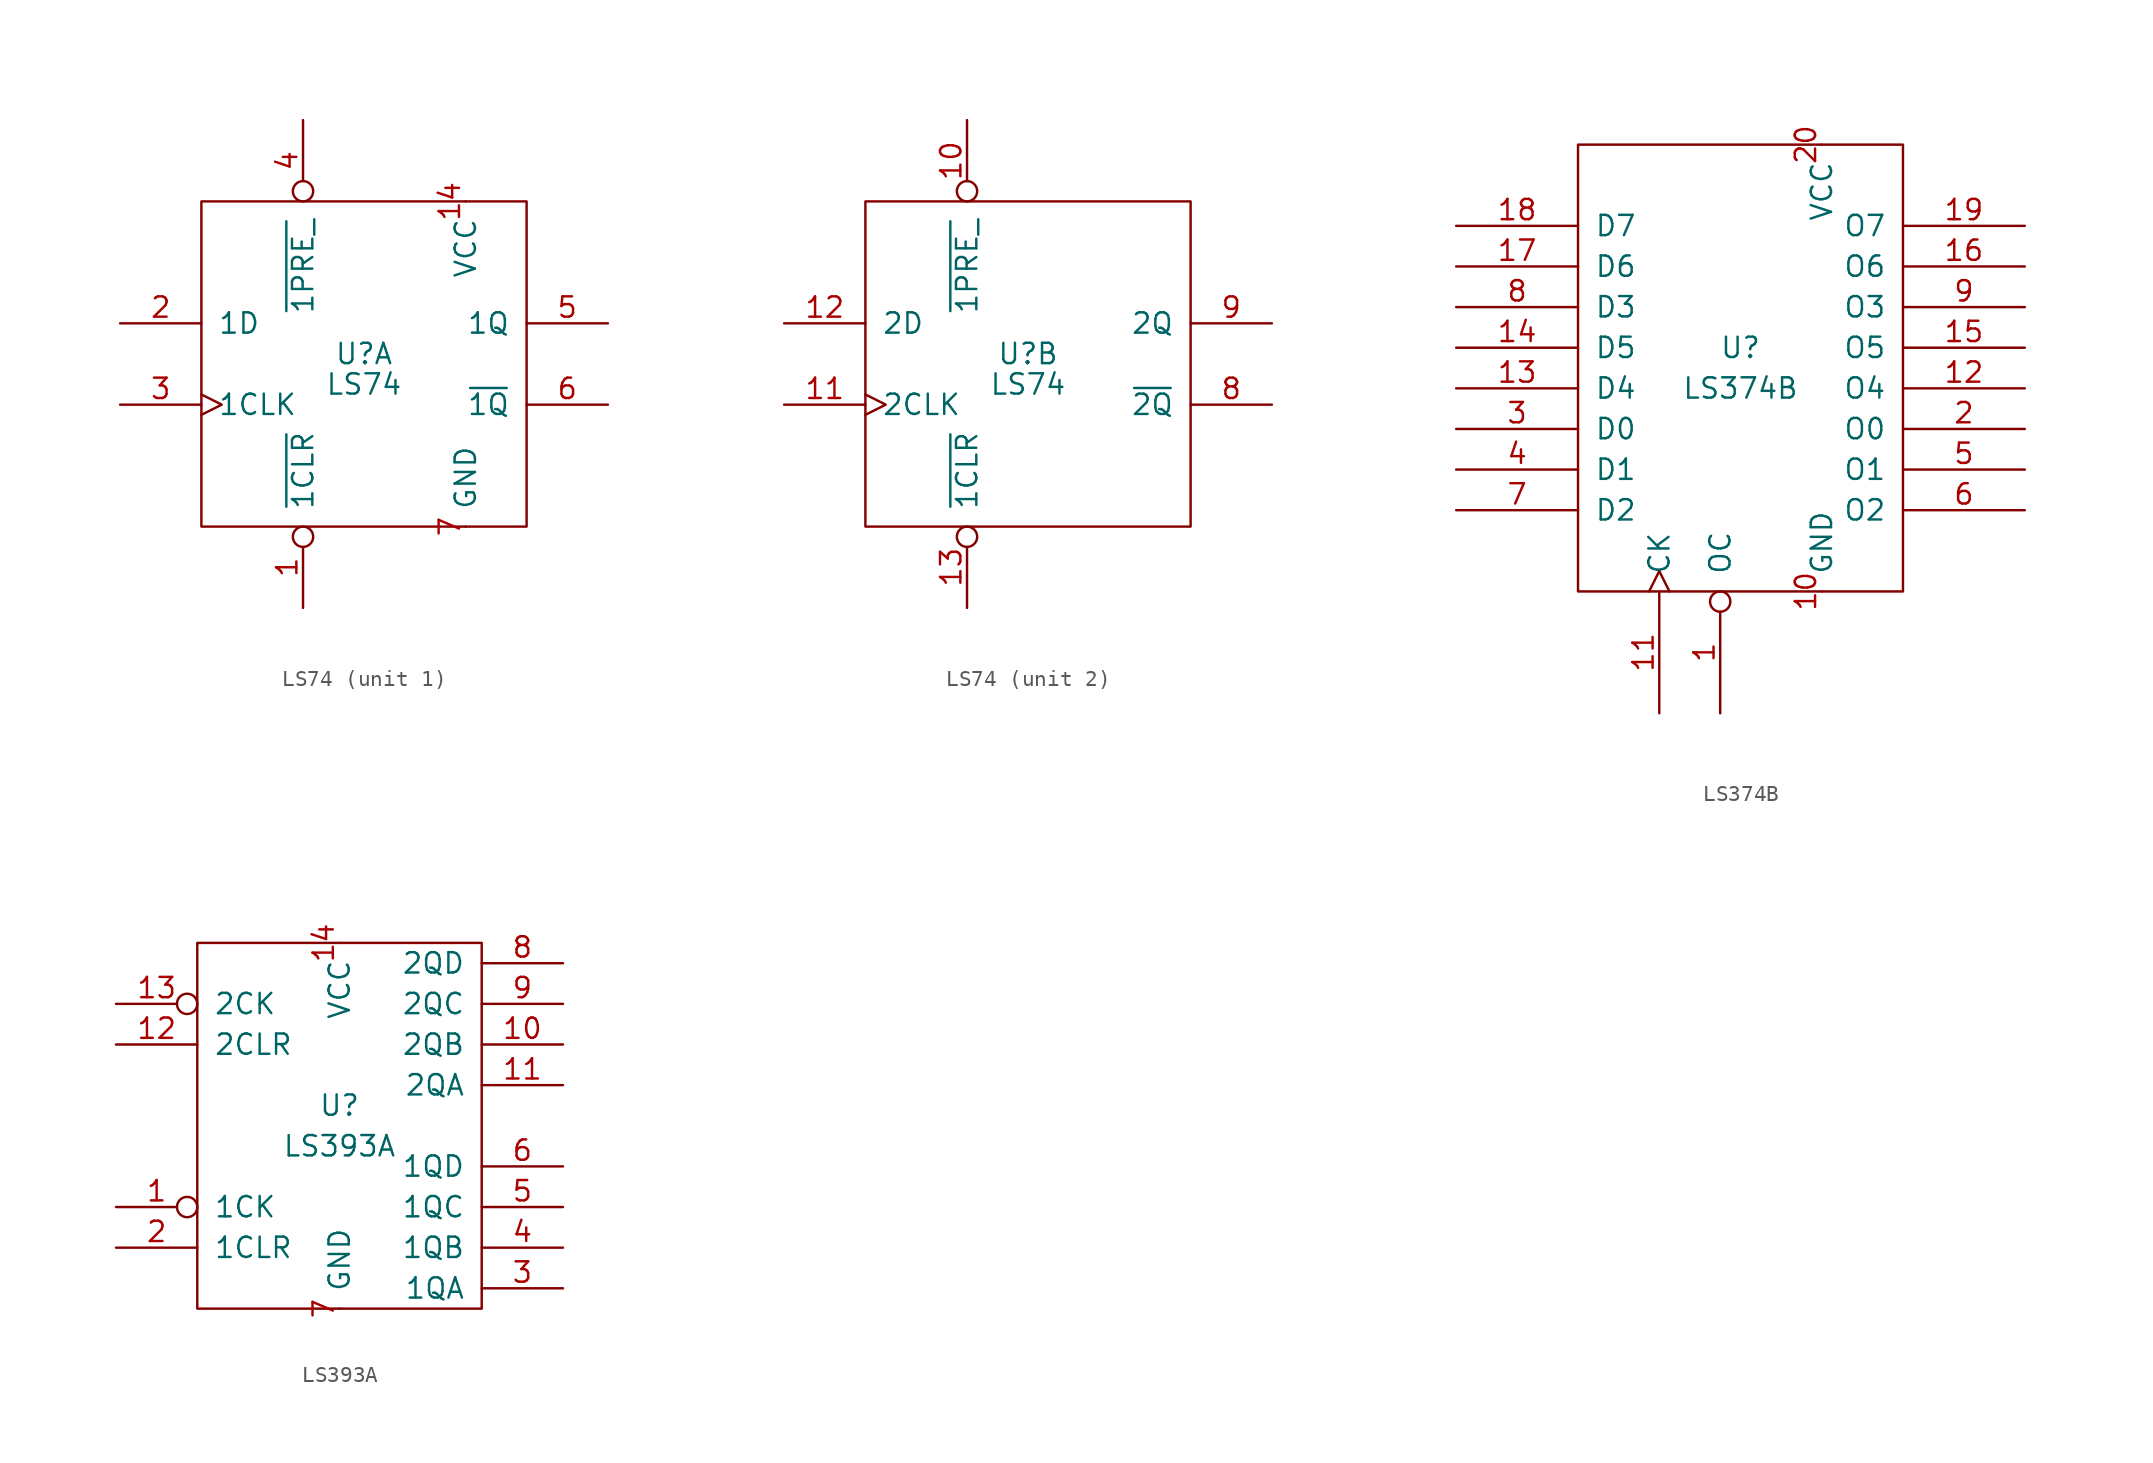
<source format=kicad_sym>
(kicad_symbol_lib
  (version 20211014)
  (generator kicad_symbol_editor)
  (symbol "LS74"
    (pin_names
      (offset 1.016))
    (property "Reference" "U"
      (at 0 0.635 0)
      (effects (font (size 1.27 1.27))))
    (property "Value" "LS74"
      (at 0 -1.27 0)
      (effects (font (size 1.27 1.27))))
    (symbol "LS74_0_1"
      (rectangle (start -10.16 10.16) (end 10.16 -10.16) (stroke (width 0) (type default) (color 0 0 0 0)) (fill (type none))))
    (symbol "LS74_1_0"
      (pin power_in line (at 6.35 10.16 270) (length 0) (name "VCC" (effects (font (size 1.27 1.27)))) (number "14" (effects (font (size 1.27 1.27)))))
      (pin input line (at -15.24 2.54 0) (length 5.08) (name "1D" (effects (font (size 1.27 1.27)))) (number "2" (effects (font (size 1.27 1.27)))))
      (pin input clock (at -15.24 -2.54 0) (length 5.08) (name "1CLK" (effects (font (size 1.27 1.27)))) (number "3" (effects (font (size 1.27 1.27)))))
      (pin power_in line (at 6.35 -10.16 90) (length 0) (name "GND" (effects (font (size 1.27 1.27)))) (number "7" (effects (font (size 1.27 1.27))))))
    (symbol "LS74_1_1"
      (pin input inverted (at -3.81 -15.24 90) (length 5.08) (name "~{1CLR}" (effects (font (size 1.27 1.27)))) (number "1" (effects (font (size 1.27 1.27)))))
      (pin input inverted (at -3.81 15.24 270) (length 5.08) (name "~{1PRE_}" (effects (font (size 1.27 1.27)))) (number "4" (effects (font (size 1.27 1.27)))))
      (pin output line (at 15.24 2.54 180) (length 5.08) (name "1Q" (effects (font (size 1.27 1.27)))) (number "5" (effects (font (size 1.27 1.27)))))
      (pin output line (at 15.24 -2.54 180) (length 5.08) (name "~{1Q}" (effects (font (size 1.27 1.27)))) (number "6" (effects (font (size 1.27 1.27))))))
    (symbol "LS74_2_1"
      (pin input inverted (at -3.81 15.24 270) (length 5.08) (name "~{1PRE_}" (effects (font (size 1.27 1.27)))) (number "10" (effects (font (size 1.27 1.27)))))
      (pin input clock (at -15.24 -2.54 0) (length 5.08) (name "2CLK" (effects (font (size 1.27 1.27)))) (number "11" (effects (font (size 1.27 1.27)))))
      (pin input line (at -15.24 2.54 0) (length 5.08) (name "2D" (effects (font (size 1.27 1.27)))) (number "12" (effects (font (size 1.27 1.27)))))
      (pin input inverted (at -3.81 -15.24 90) (length 5.08) (name "~{1CLR}" (effects (font (size 1.27 1.27)))) (number "13" (effects (font (size 1.27 1.27)))))
      (pin output line (at 15.24 -2.54 180) (length 5.08) (name "~{2Q}" (effects (font (size 1.27 1.27)))) (number "8" (effects (font (size 1.27 1.27)))))
      (pin output line (at 15.24 2.54 180) (length 5.08) (name "2Q" (effects (font (size 1.27 1.27)))) (number "9" (effects (font (size 1.27 1.27)))))))
  (symbol "LS374B"
    (pin_names
      (offset 1.016))
    (property "Reference" "U"
      (at 0 1.27 0)
      (effects (font (size 1.27 1.27))))
    (property "Value" "LS374B"
      (at 0 -1.27 0)
      (effects (font (size 1.27 1.27))))
    (symbol "LS374B_1_1"
      (rectangle (start -10.16 13.97) (end 10.16 -13.97) (stroke (width 0) (type default) (color 0 0 0 0)) (fill (type none)))
      (pin input inverted (at -1.27 -21.59 90) (length 7.62) (name "OC" (effects (font (size 1.27 1.27)))) (number "1" (effects (font (size 1.27 1.27)))))
      (pin power_in line (at 5.08 -13.97 90) (length 0) (name "GND" (effects (font (size 1.27 1.27)))) (number "10" (effects (font (size 1.27 1.27)))))
      (pin input clock (at -5.08 -21.59 90) (length 7.62) (name "CK" (effects (font (size 1.27 1.27)))) (number "11" (effects (font (size 1.27 1.27)))))
      (pin tri_state line (at 17.78 -1.27 180) (length 7.62) (name "O4" (effects (font (size 1.27 1.27)))) (number "12" (effects (font (size 1.27 1.27)))))
      (pin input line (at -17.78 -1.27 0) (length 7.62) (name "D4" (effects (font (size 1.27 1.27)))) (number "13" (effects (font (size 1.27 1.27)))))
      (pin input line (at -17.78 1.27 0) (length 7.62) (name "D5" (effects (font (size 1.27 1.27)))) (number "14" (effects (font (size 1.27 1.27)))))
      (pin tri_state line (at 17.78 1.27 180) (length 7.62) (name "O5" (effects (font (size 1.27 1.27)))) (number "15" (effects (font (size 1.27 1.27)))))
      (pin tri_state line (at 17.78 6.35 180) (length 7.62) (name "O6" (effects (font (size 1.27 1.27)))) (number "16" (effects (font (size 1.27 1.27)))))
      (pin input line (at -17.78 6.35 0) (length 7.62) (name "D6" (effects (font (size 1.27 1.27)))) (number "17" (effects (font (size 1.27 1.27)))))
      (pin input line (at -17.78 8.89 0) (length 7.62) (name "D7" (effects (font (size 1.27 1.27)))) (number "18" (effects (font (size 1.27 1.27)))))
      (pin tri_state line (at 17.78 8.89 180) (length 7.62) (name "O7" (effects (font (size 1.27 1.27)))) (number "19" (effects (font (size 1.27 1.27)))))
      (pin tri_state line (at 17.78 -3.81 180) (length 7.62) (name "O0" (effects (font (size 1.27 1.27)))) (number "2" (effects (font (size 1.27 1.27)))))
      (pin power_in line (at 5.08 13.97 270) (length 0) (name "VCC" (effects (font (size 1.27 1.27)))) (number "20" (effects (font (size 1.27 1.27)))))
      (pin input line (at -17.78 -3.81 0) (length 7.62) (name "D0" (effects (font (size 1.27 1.27)))) (number "3" (effects (font (size 1.27 1.27)))))
      (pin input line (at -17.78 -6.35 0) (length 7.62) (name "D1" (effects (font (size 1.27 1.27)))) (number "4" (effects (font (size 1.27 1.27)))))
      (pin tri_state line (at 17.78 -6.35 180) (length 7.62) (name "O1" (effects (font (size 1.27 1.27)))) (number "5" (effects (font (size 1.27 1.27)))))
      (pin tri_state line (at 17.78 -8.89 180) (length 7.62) (name "O2" (effects (font (size 1.27 1.27)))) (number "6" (effects (font (size 1.27 1.27)))))
      (pin input line (at -17.78 -8.89 0) (length 7.62) (name "D2" (effects (font (size 1.27 1.27)))) (number "7" (effects (font (size 1.27 1.27)))))
      (pin input line (at -17.78 3.81 0) (length 7.62) (name "D3" (effects (font (size 1.27 1.27)))) (number "8" (effects (font (size 1.27 1.27)))))
      (pin tri_state line (at 17.78 3.81 180) (length 7.62) (name "O3" (effects (font (size 1.27 1.27)))) (number "9" (effects (font (size 1.27 1.27)))))))
  (symbol "LS393A"
    (pin_names
      (offset 1.016))
    (property "Reference" "U"
      (at 0 1.27 0)
      (effects (font (size 1.27 1.27))))
    (property "Value" "LS393A"
      (at 0 -1.27 0)
      (effects (font (size 1.27 1.27))))
    (symbol "LS393A_1_1"
      (rectangle (start -8.89 11.43) (end 8.89 -11.43) (stroke (width 0) (type default) (color 0 0 0 0)) (fill (type none)))
      (pin input inverted (at -13.97 -5.08 0) (length 5.08) (name "1CK" (effects (font (size 1.27 1.27)))) (number "1" (effects (font (size 1.27 1.27)))))
      (pin output line (at 13.97 5.08 180) (length 5.08) (name "2QB" (effects (font (size 1.27 1.27)))) (number "10" (effects (font (size 1.27 1.27)))))
      (pin output line (at 13.97 2.54 180) (length 5.08) (name "2QA" (effects (font (size 1.27 1.27)))) (number "11" (effects (font (size 1.27 1.27)))))
      (pin input line (at -13.97 5.08 0) (length 5.08) (name "2CLR" (effects (font (size 1.27 1.27)))) (number "12" (effects (font (size 1.27 1.27)))))
      (pin input inverted (at -13.97 7.62 0) (length 5.08) (name "2CK" (effects (font (size 1.27 1.27)))) (number "13" (effects (font (size 1.27 1.27)))))
      (pin power_in line (at 0 11.43 270) (length 0) (name "VCC" (effects (font (size 1.27 1.27)))) (number "14" (effects (font (size 1.27 1.27)))))
      (pin input line (at -13.97 -7.62 0) (length 5.08) (name "1CLR" (effects (font (size 1.27 1.27)))) (number "2" (effects (font (size 1.27 1.27)))))
      (pin output line (at 13.97 -10.16 180) (length 5.08) (name "1QA" (effects (font (size 1.27 1.27)))) (number "3" (effects (font (size 1.27 1.27)))))
      (pin output line (at 13.97 -7.62 180) (length 5.08) (name "1QB" (effects (font (size 1.27 1.27)))) (number "4" (effects (font (size 1.27 1.27)))))
      (pin output line (at 13.97 -5.08 180) (length 5.08) (name "1QC" (effects (font (size 1.27 1.27)))) (number "5" (effects (font (size 1.27 1.27)))))
      (pin output line (at 13.97 -2.54 180) (length 5.08) (name "1QD" (effects (font (size 1.27 1.27)))) (number "6" (effects (font (size 1.27 1.27)))))
      (pin power_in line (at 0 -11.43 90) (length 0) (name "GND" (effects (font (size 1.27 1.27)))) (number "7" (effects (font (size 1.27 1.27)))))
      (pin output line (at 13.97 10.16 180) (length 5.08) (name "2QD" (effects (font (size 1.27 1.27)))) (number "8" (effects (font (size 1.27 1.27)))))
      (pin output line (at 13.97 7.62 180) (length 5.08) (name "2QC" (effects (font (size 1.27 1.27)))) (number "9" (effects (font (size 1.27 1.27))))))))
</source>
